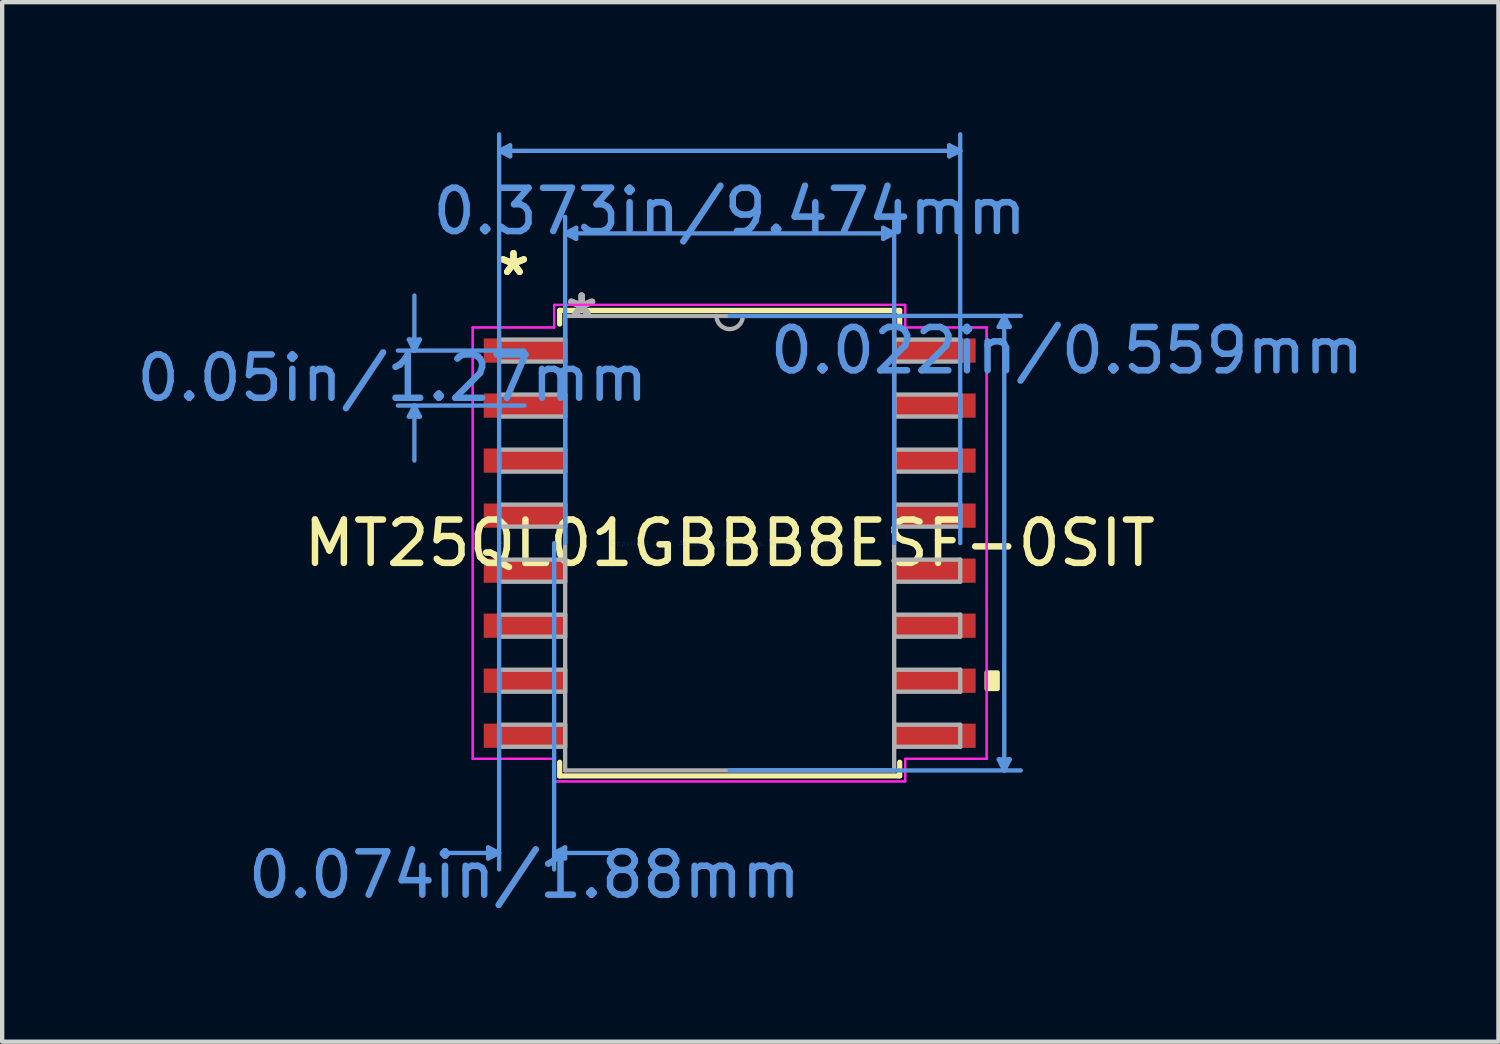
<source format=kicad_pcb>
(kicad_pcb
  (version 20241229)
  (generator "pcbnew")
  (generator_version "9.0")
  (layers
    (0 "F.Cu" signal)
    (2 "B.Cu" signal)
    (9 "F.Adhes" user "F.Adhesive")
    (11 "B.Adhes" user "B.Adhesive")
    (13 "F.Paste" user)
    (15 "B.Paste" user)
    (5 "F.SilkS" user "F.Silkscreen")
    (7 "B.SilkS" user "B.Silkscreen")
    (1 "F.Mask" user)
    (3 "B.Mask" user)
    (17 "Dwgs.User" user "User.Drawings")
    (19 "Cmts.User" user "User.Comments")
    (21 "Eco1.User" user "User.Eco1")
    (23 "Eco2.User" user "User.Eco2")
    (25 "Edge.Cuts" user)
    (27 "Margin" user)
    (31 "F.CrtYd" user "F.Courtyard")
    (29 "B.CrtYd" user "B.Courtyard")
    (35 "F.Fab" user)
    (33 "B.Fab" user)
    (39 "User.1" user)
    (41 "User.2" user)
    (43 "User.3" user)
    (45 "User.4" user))
  (footprint "MT25QL01GBBB8ESF-0SIT"
    (layer "F.Cu")
    (at 13.791 9.486)
    (property "Reference" "MT25QL01GBBB8ESF-0SIT" (at 0 0 0) (layer "F.SilkS") (effects (font (size 1 1) (thickness 0.15))))
    (attr through_hole)
    (fp_line (start -3.924 -5.372) (end -3.924 -5.057) (stroke (width 0.12) (type solid)) (layer "F.SilkS"))
    (fp_line (start -3.924 5.057) (end -3.924 5.372) (stroke (width 0.12) (type solid)) (layer "F.SilkS"))
    (fp_line (start -3.924 5.372) (end 3.924 5.372) (stroke (width 0.12) (type solid)) (layer "F.SilkS"))
    (fp_line (start 3.924 -5.372) (end -3.924 -5.372) (stroke (width 0.12) (type solid)) (layer "F.SilkS"))
    (fp_line (start 3.924 -5.057) (end 3.924 -5.372) (stroke (width 0.12) (type solid)) (layer "F.SilkS"))
    (fp_line (start 3.924 5.372) (end 3.924 5.057) (stroke (width 0.12) (type solid)) (layer "F.SilkS"))
    (fp_poly (pts (xy 6.185 2.985) (xy 6.185 3.365) (xy 5.931 3.365) (xy 5.931 2.985)) (stroke (width 0.1) (type solid)) (fill yes) (layer "F.SilkS"))
    (fp_line (start -7.404 -4.699) (end -7.15 -4.699) (stroke (width 0.1) (type solid)) (layer "Cmts.User"))
    (fp_line (start -7.404 -2.921) (end -7.15 -2.921) (stroke (width 0.1) (type solid)) (layer "Cmts.User"))
    (fp_line (start -7.277 -4.445) (end -7.404 -4.699) (stroke (width 0.1) (type solid)) (layer "Cmts.User"))
    (fp_line (start -7.277 -4.445) (end -7.277 -5.715) (stroke (width 0.1) (type solid)) (layer "Cmts.User"))
    (fp_line (start -7.277 -4.445) (end -7.15 -4.699) (stroke (width 0.1) (type solid)) (layer "Cmts.User"))
    (fp_line (start -7.277 -3.175) (end -7.404 -2.921) (stroke (width 0.1) (type solid)) (layer "Cmts.User"))
    (fp_line (start -7.277 -3.175) (end -7.277 -1.905) (stroke (width 0.1) (type solid)) (layer "Cmts.User"))
    (fp_line (start -7.277 -3.175) (end -7.15 -2.921) (stroke (width 0.1) (type solid)) (layer "Cmts.User"))
    (fp_line (start -5.575 7.023) (end -5.575 7.277) (stroke (width 0.1) (type solid)) (layer "Cmts.User"))
    (fp_line (start -5.321 -9.055) (end -5.067 -9.182) (stroke (width 0.1) (type solid)) (layer "Cmts.User"))
    (fp_line (start -5.321 -9.055) (end -5.067 -8.928) (stroke (width 0.1) (type solid)) (layer "Cmts.User"))
    (fp_line (start -5.321 -9.055) (end 5.321 -9.055) (stroke (width 0.1) (type solid)) (layer "Cmts.User"))
    (fp_line (start -5.321 0) (end -5.321 -9.436) (stroke (width 0.1) (type solid)) (layer "Cmts.User"))
    (fp_line (start -5.321 0) (end -5.321 7.531) (stroke (width 0.1) (type solid)) (layer "Cmts.User"))
    (fp_line (start -5.321 7.15) (end -6.591 7.15) (stroke (width 0.1) (type solid)) (layer "Cmts.User"))
    (fp_line (start -5.321 7.15) (end -5.575 7.023) (stroke (width 0.1) (type solid)) (layer "Cmts.User"))
    (fp_line (start -5.321 7.15) (end -5.575 7.277) (stroke (width 0.1) (type solid)) (layer "Cmts.User"))
    (fp_line (start -5.067 -9.182) (end -5.067 -8.928) (stroke (width 0.1) (type solid)) (layer "Cmts.User"))
    (fp_line (start -4.737 -4.445) (end -7.658 -4.445) (stroke (width 0.1) (type solid)) (layer "Cmts.User"))
    (fp_line (start -4.737 -3.175) (end -7.658 -3.175) (stroke (width 0.1) (type solid)) (layer "Cmts.User"))
    (fp_line (start -4.051 0) (end -4.051 7.531) (stroke (width 0.1) (type solid)) (layer "Cmts.User"))
    (fp_line (start -4.051 7.15) (end -3.797 7.023) (stroke (width 0.1) (type solid)) (layer "Cmts.User"))
    (fp_line (start -4.051 7.15) (end -3.797 7.277) (stroke (width 0.1) (type solid)) (layer "Cmts.User"))
    (fp_line (start -4.051 7.15) (end -2.781 7.15) (stroke (width 0.1) (type solid)) (layer "Cmts.User"))
    (fp_line (start -3.797 -7.15) (end -3.543 -7.277) (stroke (width 0.1) (type solid)) (layer "Cmts.User"))
    (fp_line (start -3.797 -7.15) (end -3.543 -7.023) (stroke (width 0.1) (type solid)) (layer "Cmts.User"))
    (fp_line (start -3.797 -7.15) (end 3.797 -7.15) (stroke (width 0.1) (type solid)) (layer "Cmts.User"))
    (fp_line (start -3.797 0) (end -3.797 -7.531) (stroke (width 0.1) (type solid)) (layer "Cmts.User"))
    (fp_line (start -3.797 7.023) (end -3.797 7.277) (stroke (width 0.1) (type solid)) (layer "Cmts.User"))
    (fp_line (start -3.543 -7.277) (end -3.543 -7.023) (stroke (width 0.1) (type solid)) (layer "Cmts.User"))
    (fp_line (start 0 -5.245) (end 6.718 -5.245) (stroke (width 0.1) (type solid)) (layer "Cmts.User"))
    (fp_line (start 0 5.245) (end 6.718 5.245) (stroke (width 0.1) (type solid)) (layer "Cmts.User"))
    (fp_line (start 3.543 -7.277) (end 3.543 -7.023) (stroke (width 0.1) (type solid)) (layer "Cmts.User"))
    (fp_line (start 3.797 -7.15) (end 3.543 -7.277) (stroke (width 0.1) (type solid)) (layer "Cmts.User"))
    (fp_line (start 3.797 -7.15) (end 3.543 -7.023) (stroke (width 0.1) (type solid)) (layer "Cmts.User"))
    (fp_line (start 3.797 0) (end 3.797 -7.531) (stroke (width 0.1) (type solid)) (layer "Cmts.User"))
    (fp_line (start 5.067 -9.182) (end 5.067 -8.928) (stroke (width 0.1) (type solid)) (layer "Cmts.User"))
    (fp_line (start 5.321 -9.055) (end 5.067 -9.182) (stroke (width 0.1) (type solid)) (layer "Cmts.User"))
    (fp_line (start 5.321 -9.055) (end 5.067 -8.928) (stroke (width 0.1) (type solid)) (layer "Cmts.User"))
    (fp_line (start 5.321 0) (end 5.321 -9.436) (stroke (width 0.1) (type solid)) (layer "Cmts.User"))
    (fp_line (start 6.21 -4.991) (end 6.464 -4.991) (stroke (width 0.1) (type solid)) (layer "Cmts.User"))
    (fp_line (start 6.21 4.991) (end 6.464 4.991) (stroke (width 0.1) (type solid)) (layer "Cmts.User"))
    (fp_line (start 6.337 -5.245) (end 6.21 -4.991) (stroke (width 0.1) (type solid)) (layer "Cmts.User"))
    (fp_line (start 6.337 -5.245) (end 6.337 5.245) (stroke (width 0.1) (type solid)) (layer "Cmts.User"))
    (fp_line (start 6.337 -5.245) (end 6.464 -4.991) (stroke (width 0.1) (type solid)) (layer "Cmts.User"))
    (fp_line (start 6.337 5.245) (end 6.21 4.991) (stroke (width 0.1) (type solid)) (layer "Cmts.User"))
    (fp_line (start 6.337 5.245) (end 6.464 4.991) (stroke (width 0.1) (type solid)) (layer "Cmts.User"))
    (fp_line (start -5.931 -4.978) (end -4.051 -4.978) (stroke (width 0.05) (type solid)) (layer "F.CrtYd"))
    (fp_line (start -5.931 -4.978) (end -4.051 -4.978) (stroke (width 0.05) (type solid)) (layer "F.CrtYd"))
    (fp_line (start -5.931 4.978) (end -5.931 -4.978) (stroke (width 0.05) (type solid)) (layer "F.CrtYd"))
    (fp_line (start -5.931 4.978) (end -5.931 -4.978) (stroke (width 0.05) (type solid)) (layer "F.CrtYd"))
    (fp_line (start -5.931 4.978) (end -4.051 4.978) (stroke (width 0.05) (type solid)) (layer "F.CrtYd"))
    (fp_line (start -4.051 -5.499) (end 4.051 -5.499) (stroke (width 0.05) (type solid)) (layer "F.CrtYd"))
    (fp_line (start -4.051 -5.499) (end 4.051 -5.499) (stroke (width 0.05) (type solid)) (layer "F.CrtYd"))
    (fp_line (start -4.051 -4.978) (end -4.051 -5.499) (stroke (width 0.05) (type solid)) (layer "F.CrtYd"))
    (fp_line (start -4.051 -4.978) (end -4.051 -5.499) (stroke (width 0.05) (type solid)) (layer "F.CrtYd"))
    (fp_line (start -4.051 4.978) (end -5.931 4.978) (stroke (width 0.05) (type solid)) (layer "F.CrtYd"))
    (fp_line (start -4.051 5.499) (end -4.051 4.978) (stroke (width 0.05) (type solid)) (layer "F.CrtYd"))
    (fp_line (start -4.051 5.499) (end -4.051 4.978) (stroke (width 0.05) (type solid)) (layer "F.CrtYd"))
    (fp_line (start 4.051 -5.499) (end 4.051 -4.978) (stroke (width 0.05) (type solid)) (layer "F.CrtYd"))
    (fp_line (start 4.051 -5.499) (end 4.051 -4.978) (stroke (width 0.05) (type solid)) (layer "F.CrtYd"))
    (fp_line (start 4.051 -4.978) (end 5.931 -4.978) (stroke (width 0.05) (type solid)) (layer "F.CrtYd"))
    (fp_line (start 4.051 4.978) (end 4.051 5.499) (stroke (width 0.05) (type solid)) (layer "F.CrtYd"))
    (fp_line (start 4.051 4.978) (end 4.051 5.499) (stroke (width 0.05) (type solid)) (layer "F.CrtYd"))
    (fp_line (start 4.051 5.499) (end -4.051 5.499) (stroke (width 0.05) (type solid)) (layer "F.CrtYd"))
    (fp_line (start 4.051 5.499) (end -4.051 5.499) (stroke (width 0.05) (type solid)) (layer "F.CrtYd"))
    (fp_line (start 5.931 -4.978) (end 4.051 -4.978) (stroke (width 0.05) (type solid)) (layer "F.CrtYd"))
    (fp_line (start 5.931 -4.978) (end 5.931 4.978) (stroke (width 0.05) (type solid)) (layer "F.CrtYd"))
    (fp_line (start 5.931 -4.978) (end 5.931 4.978) (stroke (width 0.05) (type solid)) (layer "F.CrtYd"))
    (fp_line (start 5.931 4.978) (end 4.051 4.978) (stroke (width 0.05) (type solid)) (layer "F.CrtYd"))
    (fp_line (start 5.931 4.978) (end 4.051 4.978) (stroke (width 0.05) (type solid)) (layer "F.CrtYd"))
    (fp_line (start -5.321 -4.699) (end -5.321 -4.191) (stroke (width 0.1) (type solid)) (layer "F.Fab"))
    (fp_line (start -5.321 -4.191) (end -3.797 -4.191) (stroke (width 0.1) (type solid)) (layer "F.Fab"))
    (fp_line (start -5.321 -3.429) (end -5.321 -2.921) (stroke (width 0.1) (type solid)) (layer "F.Fab"))
    (fp_line (start -5.321 -2.921) (end -3.797 -2.921) (stroke (width 0.1) (type solid)) (layer "F.Fab"))
    (fp_line (start -5.321 -2.159) (end -5.321 -1.651) (stroke (width 0.1) (type solid)) (layer "F.Fab"))
    (fp_line (start -5.321 -1.651) (end -3.797 -1.651) (stroke (width 0.1) (type solid)) (layer "F.Fab"))
    (fp_line (start -5.321 -0.889) (end -5.321 -0.381) (stroke (width 0.1) (type solid)) (layer "F.Fab"))
    (fp_line (start -5.321 -0.381) (end -3.797 -0.381) (stroke (width 0.1) (type solid)) (layer "F.Fab"))
    (fp_line (start -5.321 0.381) (end -5.321 0.889) (stroke (width 0.1) (type solid)) (layer "F.Fab"))
    (fp_line (start -5.321 0.889) (end -3.797 0.889) (stroke (width 0.1) (type solid)) (layer "F.Fab"))
    (fp_line (start -5.321 1.651) (end -5.321 2.159) (stroke (width 0.1) (type solid)) (layer "F.Fab"))
    (fp_line (start -5.321 2.159) (end -3.797 2.159) (stroke (width 0.1) (type solid)) (layer "F.Fab"))
    (fp_line (start -5.321 2.921) (end -5.321 3.429) (stroke (width 0.1) (type solid)) (layer "F.Fab"))
    (fp_line (start -5.321 3.429) (end -3.797 3.429) (stroke (width 0.1) (type solid)) (layer "F.Fab"))
    (fp_line (start -5.321 4.191) (end -5.321 4.699) (stroke (width 0.1) (type solid)) (layer "F.Fab"))
    (fp_line (start -5.321 4.699) (end -3.797 4.699) (stroke (width 0.1) (type solid)) (layer "F.Fab"))
    (fp_line (start -3.797 -5.245) (end -3.797 5.245) (stroke (width 0.1) (type solid)) (layer "F.Fab"))
    (fp_line (start -3.797 -4.699) (end -5.321 -4.699) (stroke (width 0.1) (type solid)) (layer "F.Fab"))
    (fp_line (start -3.797 -4.191) (end -3.797 -4.699) (stroke (width 0.1) (type solid)) (layer "F.Fab"))
    (fp_line (start -3.797 -3.429) (end -5.321 -3.429) (stroke (width 0.1) (type solid)) (layer "F.Fab"))
    (fp_line (start -3.797 -2.921) (end -3.797 -3.429) (stroke (width 0.1) (type solid)) (layer "F.Fab"))
    (fp_line (start -3.797 -2.159) (end -5.321 -2.159) (stroke (width 0.1) (type solid)) (layer "F.Fab"))
    (fp_line (start -3.797 -1.651) (end -3.797 -2.159) (stroke (width 0.1) (type solid)) (layer "F.Fab"))
    (fp_line (start -3.797 -0.889) (end -5.321 -0.889) (stroke (width 0.1) (type solid)) (layer "F.Fab"))
    (fp_line (start -3.797 -0.381) (end -3.797 -0.889) (stroke (width 0.1) (type solid)) (layer "F.Fab"))
    (fp_line (start -3.797 0.381) (end -5.321 0.381) (stroke (width 0.1) (type solid)) (layer "F.Fab"))
    (fp_line (start -3.797 0.889) (end -3.797 0.381) (stroke (width 0.1) (type solid)) (layer "F.Fab"))
    (fp_line (start -3.797 1.651) (end -5.321 1.651) (stroke (width 0.1) (type solid)) (layer "F.Fab"))
    (fp_line (start -3.797 2.159) (end -3.797 1.651) (stroke (width 0.1) (type solid)) (layer "F.Fab"))
    (fp_line (start -3.797 2.921) (end -5.321 2.921) (stroke (width 0.1) (type solid)) (layer "F.Fab"))
    (fp_line (start -3.797 3.429) (end -3.797 2.921) (stroke (width 0.1) (type solid)) (layer "F.Fab"))
    (fp_line (start -3.797 4.191) (end -5.321 4.191) (stroke (width 0.1) (type solid)) (layer "F.Fab"))
    (fp_line (start -3.797 4.699) (end -3.797 4.191) (stroke (width 0.1) (type solid)) (layer "F.Fab"))
    (fp_line (start -3.797 5.245) (end 3.797 5.245) (stroke (width 0.1) (type solid)) (layer "F.Fab"))
    (fp_line (start 3.797 -5.245) (end -3.797 -5.245) (stroke (width 0.1) (type solid)) (layer "F.Fab"))
    (fp_line (start 3.797 -4.699) (end 3.797 -4.191) (stroke (width 0.1) (type solid)) (layer "F.Fab"))
    (fp_line (start 3.797 -4.191) (end 5.321 -4.191) (stroke (width 0.1) (type solid)) (layer "F.Fab"))
    (fp_line (start 3.797 -3.429) (end 3.797 -2.921) (stroke (width 0.1) (type solid)) (layer "F.Fab"))
    (fp_line (start 3.797 -2.921) (end 5.321 -2.921) (stroke (width 0.1) (type solid)) (layer "F.Fab"))
    (fp_line (start 3.797 -2.159) (end 3.797 -1.651) (stroke (width 0.1) (type solid)) (layer "F.Fab"))
    (fp_line (start 3.797 -1.651) (end 5.321 -1.651) (stroke (width 0.1) (type solid)) (layer "F.Fab"))
    (fp_line (start 3.797 -0.889) (end 3.797 -0.381) (stroke (width 0.1) (type solid)) (layer "F.Fab"))
    (fp_line (start 3.797 -0.381) (end 5.321 -0.381) (stroke (width 0.1) (type solid)) (layer "F.Fab"))
    (fp_line (start 3.797 0.381) (end 3.797 0.889) (stroke (width 0.1) (type solid)) (layer "F.Fab"))
    (fp_line (start 3.797 0.889) (end 5.321 0.889) (stroke (width 0.1) (type solid)) (layer "F.Fab"))
    (fp_line (start 3.797 1.651) (end 3.797 2.159) (stroke (width 0.1) (type solid)) (layer "F.Fab"))
    (fp_line (start 3.797 2.159) (end 5.321 2.159) (stroke (width 0.1) (type solid)) (layer "F.Fab"))
    (fp_line (start 3.797 2.921) (end 3.797 3.429) (stroke (width 0.1) (type solid)) (layer "F.Fab"))
    (fp_line (start 3.797 3.429) (end 5.321 3.429) (stroke (width 0.1) (type solid)) (layer "F.Fab"))
    (fp_line (start 3.797 4.191) (end 3.797 4.699) (stroke (width 0.1) (type solid)) (layer "F.Fab"))
    (fp_line (start 3.797 4.699) (end 5.321 4.699) (stroke (width 0.1) (type solid)) (layer "F.Fab"))
    (fp_line (start 3.797 5.245) (end 3.797 -5.245) (stroke (width 0.1) (type solid)) (layer "F.Fab"))
    (fp_line (start 5.321 -4.699) (end 3.797 -4.699) (stroke (width 0.1) (type solid)) (layer "F.Fab"))
    (fp_line (start 5.321 -4.191) (end 5.321 -4.699) (stroke (width 0.1) (type solid)) (layer "F.Fab"))
    (fp_line (start 5.321 -3.429) (end 3.797 -3.429) (stroke (width 0.1) (type solid)) (layer "F.Fab"))
    (fp_line (start 5.321 -2.921) (end 5.321 -3.429) (stroke (width 0.1) (type solid)) (layer "F.Fab"))
    (fp_line (start 5.321 -2.159) (end 3.797 -2.159) (stroke (width 0.1) (type solid)) (layer "F.Fab"))
    (fp_line (start 5.321 -1.651) (end 5.321 -2.159) (stroke (width 0.1) (type solid)) (layer "F.Fab"))
    (fp_line (start 5.321 -0.889) (end 3.797 -0.889) (stroke (width 0.1) (type solid)) (layer "F.Fab"))
    (fp_line (start 5.321 -0.381) (end 5.321 -0.889) (stroke (width 0.1) (type solid)) (layer "F.Fab"))
    (fp_line (start 5.321 0.381) (end 3.797 0.381) (stroke (width 0.1) (type solid)) (layer "F.Fab"))
    (fp_line (start 5.321 0.889) (end 5.321 0.381) (stroke (width 0.1) (type solid)) (layer "F.Fab"))
    (fp_line (start 5.321 1.651) (end 3.797 1.651) (stroke (width 0.1) (type solid)) (layer "F.Fab"))
    (fp_line (start 5.321 2.159) (end 5.321 1.651) (stroke (width 0.1) (type solid)) (layer "F.Fab"))
    (fp_line (start 5.321 2.921) (end 3.797 2.921) (stroke (width 0.1) (type solid)) (layer "F.Fab"))
    (fp_line (start 5.321 3.429) (end 5.321 2.921) (stroke (width 0.1) (type solid)) (layer "F.Fab"))
    (fp_line (start 5.321 4.191) (end 3.797 4.191) (stroke (width 0.1) (type solid)) (layer "F.Fab"))
    (fp_line (start 5.321 4.699) (end 5.321 4.191) (stroke (width 0.1) (type solid)) (layer "F.Fab"))
    (fp_arc (start 0.3048 -5.2451) (mid 0 -4.9403) (end -0.3048 -5.2451) (stroke (width 0.1) (type solid)) (layer "F.Fab"))
    (fp_text user "*" (at -4.991 -6.147 0) (layer "F.SilkS") (effects (font (size 1 1) (thickness 0.15))))
    (fp_text user "*" (at -4.991 -6.147 0) (layer "F.SilkS") (effects (font (size 1 1) (thickness 0.15))))
    (fp_text user "Copyright 2021 Accelerated Designs. All rights reserved." (at 0 0 0) (layer "Cmts.User") (effects (font (size 0.127 0.127) (thickness 0.002))))
    (fp_text user "0.022in/0.559mm" (at 7.785 -4.445 0) (layer "Cmts.User") (effects (font (size 1 1) (thickness 0.15))))
    (fp_text user "0.05in/1.27mm" (at -7.785 -3.81 0) (layer "Cmts.User") (effects (font (size 1 1) (thickness 0.15))))
    (fp_text user "0.074in/1.88mm" (at -4.737 7.658 0) (layer "Cmts.User") (effects (font (size 1 1) (thickness 0.15))))
    (fp_text user "0.373in/9.474mm" (at 0 -7.658 0) (layer "Cmts.User") (effects (font (size 1 1) (thickness 0.15))))
    (fp_text user "*" (at -3.416 -5.169 0) (layer "F.Fab") (effects (font (size 1 1) (thickness 0.15))))
    (fp_text user "*" (at -3.416 -5.169 0) (layer "F.Fab") (effects (font (size 1 1) (thickness 0.15))))
    (pad "1" smd rect (at -4.737 -4.445) (size 1.88 0.559) (layers "F.Cu" "F.Mask" "F.Paste"))
    (pad "2" smd rect (at -4.737 -3.175) (size 1.88 0.559) (layers "F.Cu" "F.Mask" "F.Paste"))
    (pad "3" smd rect (at -4.737 -1.905) (size 1.88 0.559) (layers "F.Cu" "F.Mask" "F.Paste"))
    (pad "4" smd rect (at -4.737 -0.635) (size 1.88 0.559) (layers "F.Cu" "F.Mask" "F.Paste"))
    (pad "5" smd rect (at -4.737 0.635) (size 1.88 0.559) (layers "F.Cu" "F.Mask" "F.Paste"))
    (pad "6" smd rect (at -4.737 1.905) (size 1.88 0.559) (layers "F.Cu" "F.Mask" "F.Paste"))
    (pad "7" smd rect (at -4.737 3.175) (size 1.88 0.559) (layers "F.Cu" "F.Mask" "F.Paste"))
    (pad "8" smd rect (at -4.737 4.445) (size 1.88 0.559) (layers "F.Cu" "F.Mask" "F.Paste"))
    (pad "9" smd rect (at 4.737 4.445) (size 1.88 0.559) (layers "F.Cu" "F.Mask" "F.Paste"))
    (pad "10" smd rect (at 4.737 3.175) (size 1.88 0.559) (layers "F.Cu" "F.Mask" "F.Paste"))
    (pad "11" smd rect (at 4.737 1.905) (size 1.88 0.559) (layers "F.Cu" "F.Mask" "F.Paste"))
    (pad "12" smd rect (at 4.737 0.635) (size 1.88 0.559) (layers "F.Cu" "F.Mask" "F.Paste"))
    (pad "13" smd rect (at 4.737 -0.635) (size 1.88 0.559) (layers "F.Cu" "F.Mask" "F.Paste"))
    (pad "14" smd rect (at 4.737 -1.905) (size 1.88 0.559) (layers "F.Cu" "F.Mask" "F.Paste"))
    (pad "15" smd rect (at 4.737 -3.175) (size 1.88 0.559) (layers "F.Cu" "F.Mask" "F.Paste"))
    (pad "16" smd rect (at 4.737 -4.445) (size 1.88 0.559) (layers "F.Cu" "F.Mask" "F.Paste")))
  (gr_rect
    (start -3 -3)
    (end 31.534 20.992)
    (stroke (width 0.1) (type default))
    (fill no)
    (layer "Edge.Cuts")))
</source>
